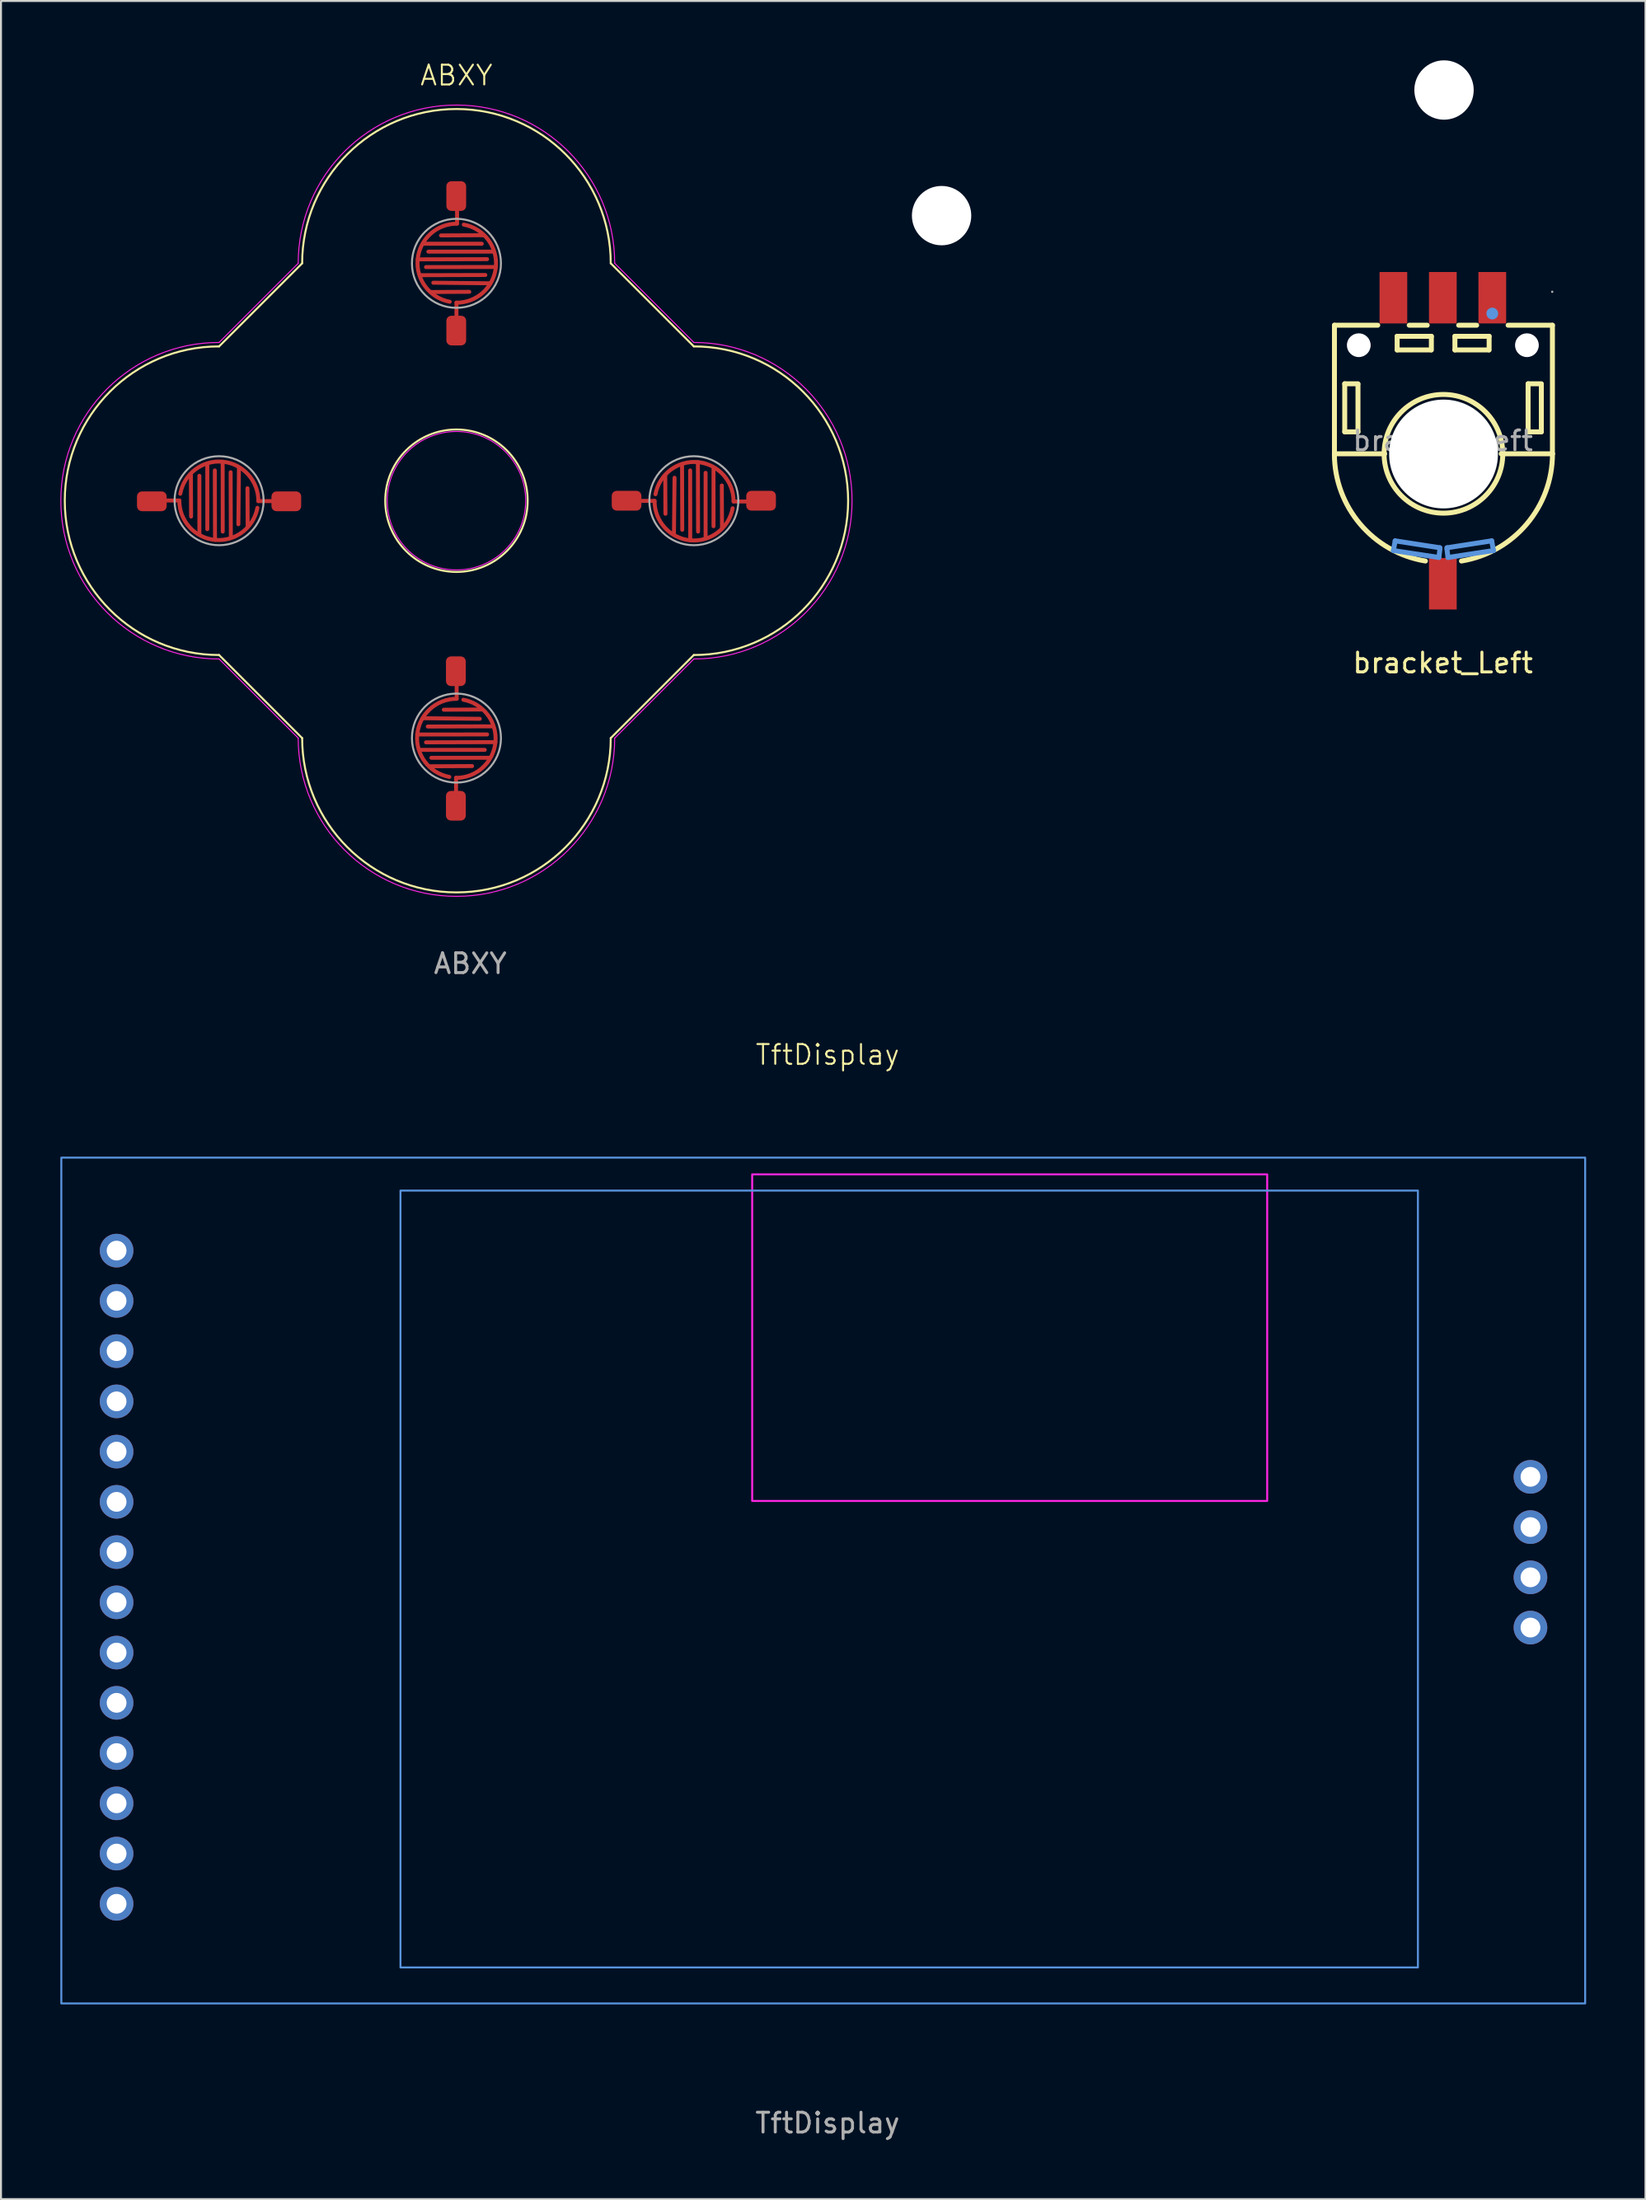
<source format=kicad_pcb>
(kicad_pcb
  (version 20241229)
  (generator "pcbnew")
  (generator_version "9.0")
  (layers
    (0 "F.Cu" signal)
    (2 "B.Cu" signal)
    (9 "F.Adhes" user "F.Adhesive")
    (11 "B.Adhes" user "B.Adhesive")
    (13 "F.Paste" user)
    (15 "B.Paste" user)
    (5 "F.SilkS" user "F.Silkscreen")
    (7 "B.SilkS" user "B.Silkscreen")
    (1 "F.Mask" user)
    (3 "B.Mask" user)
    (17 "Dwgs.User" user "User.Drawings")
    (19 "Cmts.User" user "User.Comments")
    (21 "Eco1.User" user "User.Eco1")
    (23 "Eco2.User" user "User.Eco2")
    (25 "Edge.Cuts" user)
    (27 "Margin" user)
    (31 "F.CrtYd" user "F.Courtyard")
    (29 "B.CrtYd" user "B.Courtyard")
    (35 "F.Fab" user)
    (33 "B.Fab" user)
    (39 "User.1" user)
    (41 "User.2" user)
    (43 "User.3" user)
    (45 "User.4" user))
  (footprint "ABXY"
    (layer "F.Cu")
    (at 20.025 22.261)
    (property "Reference" "ABXY" (at 0 -21.5 0) (unlocked yes) (layer "F.SilkS") (effects (font (size 1 1) (thickness 0.1))))
    (attr smd)
    (fp_line (start -14.009 -0.011) (end -14.74 -0.01) (stroke (width 0.2) (type default)) (layer "F.Cu"))
    (fp_line (start -13.425 -1.32) (end -13.415 0.8) (stroke (width 0.2) (type default)) (layer "F.Cu"))
    (fp_line (start -12.995 1.68) (end -12.995 -1.26) (stroke (width 0.2) (type default)) (layer "F.Cu"))
    (fp_line (start -12.595 -1.86) (end -12.595 1.44) (stroke (width 0.2) (type default)) (layer "F.Cu"))
    (fp_line (start -12.205 1.98) (end -12.215 -1.53) (stroke (width 0.2) (type default)) (layer "F.Cu"))
    (fp_line (start -11.819 -1.971) (end -11.815 1.56) (stroke (width 0.2) (type default)) (layer "F.Cu"))
    (fp_line (start -11.405 1.86) (end -11.415 -1.44) (stroke (width 0.2) (type default)) (layer "F.Cu"))
    (fp_line (start -10.995 -1.69) (end -11.025 1.19) (stroke (width 0.2) (type default)) (layer "F.Cu"))
    (fp_line (start -10.555 1.29) (end -10.565 -0.63) (stroke (width 0.2) (type default)) (layer "F.Cu"))
    (fp_line (start -10.015 0.02) (end -9.1 0.02) (stroke (width 0.2) (type default)) (layer "F.Cu"))
    (fp_line (start -1.981 11.819) (end 1.55 11.815) (stroke (width 0.2) (type default)) (layer "F.Cu"))
    (fp_line (start -1.96 -12.2) (end 1.55 -12.21) (stroke (width 0.2) (type default)) (layer "F.Cu"))
    (fp_line (start -1.87 12.595) (end 1.43 12.595) (stroke (width 0.2) (type default)) (layer "F.Cu"))
    (fp_line (start -1.84 -11.4) (end 1.46 -11.41) (stroke (width 0.2) (type default)) (layer "F.Cu"))
    (fp_line (start -1.7 10.995) (end 1.18 11.025) (stroke (width 0.2) (type default)) (layer "F.Cu"))
    (fp_line (start -1.66 -12.99) (end 1.28 -12.99) (stroke (width 0.2) (type default)) (layer "F.Cu"))
    (fp_line (start -1.33 13.425) (end 0.79 13.415) (stroke (width 0.2) (type default)) (layer "F.Cu"))
    (fp_line (start -1.27 -10.55) (end 0.65 -10.56) (stroke (width 0.2) (type default)) (layer "F.Cu"))
    (fp_line (start -0.02 14.005) (end -0.02 14.92) (stroke (width 0.2) (type default)) (layer "F.Cu"))
    (fp_line (start 0 -10.015) (end 0 -9.1) (stroke (width 0.2) (type default)) (layer "F.Cu"))
    (fp_line (start 0.011 10.011) (end 0.01 9.28) (stroke (width 0.2) (type default)) (layer "F.Cu"))
    (fp_line (start 0.031 -14.009) (end 0.03 -14.74) (stroke (width 0.2) (type default)) (layer "F.Cu"))
    (fp_line (start 1.28 10.555) (end -0.64 10.565) (stroke (width 0.2) (type default)) (layer "F.Cu"))
    (fp_line (start 1.34 -13.42) (end -0.78 -13.41) (stroke (width 0.2) (type default)) (layer "F.Cu"))
    (fp_line (start 1.67 12.995) (end -1.27 12.995) (stroke (width 0.2) (type default)) (layer "F.Cu"))
    (fp_line (start 1.71 -10.99) (end -1.17 -11.02) (stroke (width 0.2) (type default)) (layer "F.Cu"))
    (fp_line (start 1.85 11.405) (end -1.45 11.415) (stroke (width 0.2) (type default)) (layer "F.Cu"))
    (fp_line (start 1.88 -12.59) (end -1.42 -12.59) (stroke (width 0.2) (type default)) (layer "F.Cu"))
    (fp_line (start 1.97 12.205) (end -1.54 12.215) (stroke (width 0.2) (type default)) (layer "F.Cu"))
    (fp_line (start 1.991 -11.814) (end -1.54 -11.81) (stroke (width 0.2) (type default)) (layer "F.Cu"))
    (fp_line (start 10.015 0.01) (end 9.1 0.01) (stroke (width 0.2) (type default)) (layer "F.Cu"))
    (fp_line (start 10.555 -1.26) (end 10.565 0.66) (stroke (width 0.2) (type default)) (layer "F.Cu"))
    (fp_line (start 10.995 1.72) (end 11.025 -1.16) (stroke (width 0.2) (type default)) (layer "F.Cu"))
    (fp_line (start 11.405 -1.83) (end 11.415 1.47) (stroke (width 0.2) (type default)) (layer "F.Cu"))
    (fp_line (start 11.819 2.001) (end 11.815 -1.53) (stroke (width 0.2) (type default)) (layer "F.Cu"))
    (fp_line (start 12.205 -1.95) (end 12.215 1.56) (stroke (width 0.2) (type default)) (layer "F.Cu"))
    (fp_line (start 12.595 1.89) (end 12.595 -1.41) (stroke (width 0.2) (type default)) (layer "F.Cu"))
    (fp_line (start 12.995 -1.65) (end 12.995 1.29) (stroke (width 0.2) (type default)) (layer "F.Cu"))
    (fp_line (start 13.425 1.35) (end 13.415 -0.77) (stroke (width 0.2) (type default)) (layer "F.Cu"))
    (fp_line (start 14.009 0.041) (end 14.74 0.04) (stroke (width 0.2) (type default)) (layer "F.Cu"))
    (fp_arc (start -13.962245 -0.34971) (mid -11.819421 -1.971353) (end -10.015 0.02) (stroke (width 0.2) (type default)) (layer "F.Cu"))
    (fp_arc (start -10.062176 0.358357) (mid -12.205 1.98) (end -14.009421 -0.011353) (stroke (width 0.2) (type default)) (layer "F.Cu"))
    (fp_arc (start -0.35971 13.962245) (mid -1.981353 11.819421) (end 0.01 10.015) (stroke (width 0.2) (type default)) (layer "F.Cu"))
    (fp_arc (start -0.338357 -10.057176) (mid -1.96 -12.2) (end 0.031353 -14.004421) (stroke (width 0.2) (type default)) (layer "F.Cu"))
    (fp_arc (start 0.348357 10.062176) (mid 1.97 12.205) (end -0.021353 14.009421) (stroke (width 0.2) (type default)) (layer "F.Cu"))
    (fp_arc (start 0.36971 -13.957245) (mid 1.991353 -11.814421) (end 0 -10.01) (stroke (width 0.2) (type default)) (layer "F.Cu"))
    (fp_arc (start 10.062176 -0.328357) (mid 12.205 -1.95) (end 14.009421 0.041353) (stroke (width 0.2) (type default)) (layer "F.Cu"))
    (fp_arc (start 13.962245 0.37971) (mid 11.819421 2.001353) (end 10.015 0.01) (stroke (width 0.2) (type default)) (layer "F.Cu"))
    (fp_circle (center -12 0) (end -9.75 0) (stroke (width 0.1) (type solid)) (fill yes) (layer "F.Mask"))
    (fp_circle (center 0 -12) (end 2.25 -12) (stroke (width 0.1) (type solid)) (fill yes) (layer "F.Mask"))
    (fp_circle (center 0 12) (end 2.25 12) (stroke (width 0.1) (type solid)) (fill yes) (layer "F.Mask"))
    (fp_circle (center 12 0) (end 14.25 0) (stroke (width 0.1) (type solid)) (fill yes) (layer "F.Mask"))
    (fp_line (start -12 -7.8) (end -7.8 -12) (stroke (width 0.1) (type default)) (layer "F.SilkS"))
    (fp_line (start -7.8 12) (end -12 7.8) (stroke (width 0.1) (type default)) (layer "F.SilkS"))
    (fp_line (start 7.8 -12) (end 12 -7.8) (stroke (width 0.1) (type default)) (layer "F.SilkS"))
    (fp_line (start 12 7.8) (end 7.8 12) (stroke (width 0.1) (type default)) (layer "F.SilkS"))
    (fp_arc (start -12 7.8) (mid -19.8 0) (end -12 -7.8) (stroke (width 0.1) (type default)) (layer "F.SilkS"))
    (fp_arc (start -7.8 -12) (mid 0 -19.8) (end 7.8 -12) (stroke (width 0.1) (type default)) (layer "F.SilkS"))
    (fp_arc (start 7.8 12) (mid 0 19.8) (end -7.8 12) (stroke (width 0.1) (type default)) (layer "F.SilkS"))
    (fp_arc (start 12 -7.8) (mid 19.8 0) (end 12 7.8) (stroke (width 0.1) (type default)) (layer "F.SilkS"))
    (fp_circle (center 0 0) (end 3.6 0) (stroke (width 0.1) (type default)) (fill no) (layer "F.SilkS"))
    (fp_line (start -12 -8) (end -8 -12) (stroke (width 0.05) (type default)) (layer "F.CrtYd"))
    (fp_line (start -8 12) (end -12 8) (stroke (width 0.05) (type default)) (layer "F.CrtYd"))
    (fp_line (start 8 -12) (end 12 -8) (stroke (width 0.05) (type default)) (layer "F.CrtYd"))
    (fp_line (start 12 8) (end 8 12) (stroke (width 0.05) (type default)) (layer "F.CrtYd"))
    (fp_arc (start -12 8) (mid -20 0) (end -12 -8) (stroke (width 0.05) (type default)) (layer "F.CrtYd"))
    (fp_arc (start -8 -12) (mid 0 -20) (end 8 -12) (stroke (width 0.05) (type default)) (layer "F.CrtYd"))
    (fp_arc (start 8 12) (mid 0 20) (end -8 12) (stroke (width 0.05) (type default)) (layer "F.CrtYd"))
    (fp_arc (start 12 -8) (mid 20 0) (end 12 8) (stroke (width 0.05) (type default)) (layer "F.CrtYd"))
    (fp_circle (center 0 0) (end 3.5 0) (stroke (width 0.05) (type default)) (fill no) (layer "F.CrtYd"))
    (fp_circle (center -12 0) (end -9.75 0) (stroke (width 0.1) (type default)) (fill no) (layer "F.Fab"))
    (fp_circle (center 0 -12) (end 2.25 -12) (stroke (width 0.1) (type default)) (fill no) (layer "F.Fab"))
    (fp_circle (center 0 12) (end 2.25 12) (stroke (width 0.1) (type default)) (fill no) (layer "F.Fab"))
    (fp_circle (center 12 0) (end 14.25 0) (stroke (width 0.1) (type default)) (fill no) (layer "F.Fab"))
    (fp_text user "${REFERENCE}" (at 0.7 23.4 0) (unlocked yes) (layer "F.Fab") (effects (font (size 1 1) (thickness 0.15))))
    (pad "1" smd roundrect (at -0.03 15.42 90) (size 1.5 1) (layers "F.Cu" "F.Mask" "F.Paste") (roundrect_rratio 0.25))
    (pad "2" smd roundrect (at -15.4 0.03 180) (size 1.5 1) (layers "F.Cu" "F.Mask" "F.Paste") (roundrect_rratio 0.25))
    (pad "3" smd roundrect (at -0.01 -15.4 90) (size 1.5 1) (layers "F.Cu" "F.Mask" "F.Paste") (roundrect_rratio 0.25))
    (pad "4" smd roundrect (at 15.4 0) (size 1.5 1) (layers "F.Cu" "F.Mask" "F.Paste") (roundrect_rratio 0.25))
    (pad "C" smd roundrect (at -8.6 0.03 180) (size 1.5 1) (layers "F.Cu" "F.Mask" "F.Paste") (roundrect_rratio 0.25))
    (pad "C" smd roundrect (at -0.03 8.62 90) (size 1.5 1) (layers "F.Cu" "F.Mask" "F.Paste") (roundrect_rratio 0.25))
    (pad "C" smd roundrect (at -0.01 -8.6 90) (size 1.5 1) (layers "F.Cu" "F.Mask" "F.Paste") (roundrect_rratio 0.25))
    (pad "C" smd roundrect (at 8.6 0) (size 1.5 1) (layers "F.Cu" "F.Mask" "F.Paste") (roundrect_rratio 0.25)))
  (footprint "TftDisplay"
    (layer "F.Cu")
    (at 38.785 77.269)
    (property "Reference" "TftDisplay" (at 0 -27 0) (unlocked yes) (layer "F.SilkS") (effects (font (size 1 1) (thickness 0.1))))
    (attr through_hole)
    (fp_rect (start -38.735 -21.8) (end 38.3 20.955) (stroke (width 0.1) (type default)) (fill no) (layer "Cmts.User"))
    (fp_rect (start -21.59 -20.135) (end 29.845 19.135) (stroke (width 0.1) (type default)) (fill no) (layer "Cmts.User"))
    (fp_rect (start -3.81 -20.955) (end 22.225 -4.445) (stroke (width 0.1) (type default)) (fill no) (layer "F.CrtYd"))
    (fp_text user "${REFERENCE}" (at 0 27 0) (unlocked yes) (layer "F.Fab") (effects (font (size 1 1) (thickness 0.15))))
    (pad "1" thru_hole circle (at -35.941 -17.1) (size 1.7 1.7) (drill 1) (layers "*.Cu" "*.Mask"))
    (pad "2" thru_hole circle (at -35.941 -14.56) (size 1.7 1.7) (drill 1) (layers "*.Cu" "*.Mask"))
    (pad "3" thru_hole circle (at -35.941 -12.02) (size 1.7 1.7) (drill 1) (layers "*.Cu" "*.Mask"))
    (pad "4" thru_hole circle (at -35.941 -9.48) (size 1.7 1.7) (drill 1) (layers "*.Cu" "*.Mask"))
    (pad "5" thru_hole circle (at -35.941 -6.94) (size 1.7 1.7) (drill 1) (layers "*.Cu" "*.Mask"))
    (pad "6" thru_hole circle (at -35.941 -4.4) (size 1.7 1.7) (drill 1) (layers "*.Cu" "*.Mask"))
    (pad "7" thru_hole circle (at -35.941 -1.86) (size 1.7 1.7) (drill 1) (layers "*.Cu" "*.Mask"))
    (pad "8" thru_hole circle (at -35.941 0.68) (size 1.7 1.7) (drill 1) (layers "*.Cu" "*.Mask"))
    (pad "9" thru_hole circle (at -35.941 3.22) (size 1.7 1.7) (drill 1) (layers "*.Cu" "*.Mask"))
    (pad "10" thru_hole circle (at -35.941 5.76) (size 1.7 1.7) (drill 1) (layers "*.Cu" "*.Mask"))
    (pad "11" thru_hole circle (at -35.941 8.3) (size 1.7 1.7) (drill 1) (layers "*.Cu" "*.Mask"))
    (pad "12" thru_hole circle (at -35.941 10.84) (size 1.7 1.7) (drill 1) (layers "*.Cu" "*.Mask"))
    (pad "13" thru_hole circle (at -35.941 13.38) (size 1.7 1.7) (drill 1) (layers "*.Cu" "*.Mask"))
    (pad "14" thru_hole circle (at -35.941 15.92) (size 1.7 1.7) (drill 1) (layers "*.Cu" "*.Mask"))
    (pad "15" thru_hole circle (at 35.535 -5.664) (size 1.7 1.7) (drill 1) (layers "*.Cu" "*.Mask"))
    (pad "16" thru_hole circle (at 35.535 -3.124) (size 1.7 1.7) (drill 1) (layers "*.Cu" "*.Mask"))
    (pad "17" thru_hole circle (at 35.535 -0.584) (size 1.7 1.7) (drill 1) (layers "*.Cu" "*.Mask"))
    (pad "18" thru_hole circle (at 35.535 1.956) (size 1.7 1.7) (drill 1) (layers "*.Cu" "*.Mask")))
  (footprint "bracket_Left"
    (layer "F.Cu")
    (at 69.95 20.55)
    (property "Reference" "bracket_Left" (at -0.06 9.91 180) (layer "F.SilkS") (effects (font (size 1 1) (thickness 0.15))))
    (attr smd)
    (fp_line (start -5.54 -0.66) (end -5.54 -7.16) (stroke (width 0.25) (type solid)) (layer "F.SilkS"))
    (fp_line (start -5.02 -4.2) (end -4.35 -4.2) (stroke (width 0.25) (type solid)) (layer "F.SilkS"))
    (fp_line (start -5.02 -1.77) (end -5.02 -4.2) (stroke (width 0.25) (type solid)) (layer "F.SilkS"))
    (fp_line (start -4.35 -4.17) (end -4.35 -1.77) (stroke (width 0.25) (type solid)) (layer "F.SilkS"))
    (fp_line (start -4.35 -1.77) (end -5.02 -1.77) (stroke (width 0.25) (type solid)) (layer "F.SilkS"))
    (fp_line (start -3.35 -7.16) (end -5.54 -7.16) (stroke (width 0.25) (type solid)) (layer "F.SilkS"))
    (fp_line (start -3 -0.66) (end -5.54 -0.66) (stroke (width 0.25) (type solid)) (layer "F.SilkS"))
    (fp_line (start -2.37 -6.6) (end -0.64 -6.6) (stroke (width 0.25) (type solid)) (layer "F.SilkS"))
    (fp_line (start -2.37 -5.91) (end -2.37 -6.6) (stroke (width 0.25) (type solid)) (layer "F.SilkS"))
    (fp_line (start -0.85 -7.16) (end -1.76 -7.16) (stroke (width 0.25) (type solid)) (layer "F.SilkS"))
    (fp_line (start -0.66 -5.91) (end -2.37 -5.91) (stroke (width 0.25) (type solid)) (layer "F.SilkS"))
    (fp_line (start -0.64 -6.6) (end -0.64 -5.91) (stroke (width 0.25) (type solid)) (layer "F.SilkS"))
    (fp_line (start 0.55 -6.6) (end 2.28 -6.6) (stroke (width 0.25) (type solid)) (layer "F.SilkS"))
    (fp_line (start 0.55 -5.91) (end 0.55 -6.6) (stroke (width 0.25) (type solid)) (layer "F.SilkS"))
    (fp_line (start 1.65 -7.16) (end 0.74 -7.16) (stroke (width 0.25) (type solid)) (layer "F.SilkS"))
    (fp_line (start 2.26 -5.91) (end 0.55 -5.91) (stroke (width 0.25) (type solid)) (layer "F.SilkS"))
    (fp_line (start 2.28 -6.6) (end 2.28 -5.91) (stroke (width 0.25) (type solid)) (layer "F.SilkS"))
    (fp_line (start 4.25 -4.2) (end 4.92 -4.2) (stroke (width 0.25) (type solid)) (layer "F.SilkS"))
    (fp_line (start 4.25 -1.77) (end 4.25 -4.2) (stroke (width 0.25) (type solid)) (layer "F.SilkS"))
    (fp_line (start 4.92 -4.17) (end 4.92 -1.77) (stroke (width 0.25) (type solid)) (layer "F.SilkS"))
    (fp_line (start 4.92 -1.77) (end 4.25 -1.77) (stroke (width 0.25) (type solid)) (layer "F.SilkS"))
    (fp_line (start 5.48 -7.16) (end 3.24 -7.16) (stroke (width 0.25) (type solid)) (layer "F.SilkS"))
    (fp_line (start 5.48 -0.66) (end 2.89 -0.66) (stroke (width 0.25) (type solid)) (layer "F.SilkS"))
    (fp_line (start 5.48 -0.66) (end 5.48 -7.16) (stroke (width 0.25) (type solid)) (layer "F.SilkS"))
    (fp_arc (start -0.94 4.76) (mid -4.237479 2.894366) (end -5.542585 -0.662409) (stroke (width 0.25) (type solid)) (layer "F.SilkS"))
    (fp_arc (start 5.482585 -0.662409) (mid 4.177479 2.894366) (end 0.88 4.76) (stroke (width 0.25) (type solid)) (layer "F.SilkS"))
    (fp_circle (center -0.03 -0.66) (end -3.03 -0.66) (stroke (width 0.25) (type solid)) (fill no) (layer "F.SilkS"))
    (fp_line (start -2.56 4.23) (end -0.26 4.58) (stroke (width 0.25) (type solid)) (layer "Cmts.User"))
    (fp_line (start -2.47 3.74) (end -2.56 4.23) (stroke (width 0.25) (type solid)) (layer "Cmts.User"))
    (fp_line (start -0.26 4.58) (end -0.21 4.17) (stroke (width 0.25) (type solid)) (layer "Cmts.User"))
    (fp_line (start -0.21 4.09) (end -2.47 3.74) (stroke (width 0.25) (type solid)) (layer "Cmts.User"))
    (fp_line (start -0.21 4.14) (end -0.21 4.09) (stroke (width 0.25) (type solid)) (layer "Cmts.User"))
    (fp_line (start 0.15 4.09) (end 2.41 3.74) (stroke (width 0.25) (type solid)) (layer "Cmts.User"))
    (fp_line (start 0.15 4.14) (end 0.15 4.09) (stroke (width 0.25) (type solid)) (layer "Cmts.User"))
    (fp_line (start 0.2 4.58) (end 0.15 4.17) (stroke (width 0.25) (type solid)) (layer "Cmts.User"))
    (fp_line (start 2.41 3.74) (end 2.5 4.23) (stroke (width 0.25) (type solid)) (layer "Cmts.User"))
    (fp_line (start 2.5 4.23) (end 0.2 4.58) (stroke (width 0.25) (type solid)) (layer "Cmts.User"))
    (fp_circle (center 2.44 -7.75) (end 2.29 -7.75) (stroke (width 0.3) (type solid)) (fill no) (layer "Cmts.User"))
    (fp_circle (center 5.47 -8.85) (end 5.44 -8.85) (stroke (width 0.06) (type solid)) (fill no) (layer "F.Fab"))
    (fp_text user "${REFERENCE}" (at -0.06 -1.32 180) (layer "F.Fab") (effects (font (size 1 1) (thickness 0.15))))
    (pad "" np_thru_hole circle (at -25.4 -12.7) (size 3 3) (drill 3) (layers "*.Cu" "*.Mask"))
    (pad "" np_thru_hole circle (at -4.31 -6.15 180) (size 1.2 1.2) (drill 1.2) (layers "*.Cu" "*.Mask"))
    (pad "" np_thru_hole circle (at -0.025 -0.65) (size 5.5 5.5) (drill 5.5) (layers "*.Cu" "*.Mask"))
    (pad "" np_thru_hole circle (at 0 -19.05) (size 3 3) (drill 3) (layers "*.Cu" "*.Mask"))
    (pad "" np_thru_hole circle (at 4.19 -6.15 180) (size 1.2 1.2) (drill 1.2) (layers "*.Cu" "*.Mask"))
    (pad "1" smd rect (at 2.44 -8.55 180) (size 1.4 2.6) (layers "F.Cu" "F.Mask" "F.Paste"))
    (pad "2" smd rect (at -0.06 -8.55 180) (size 1.4 2.6) (layers "F.Cu" "F.Mask" "F.Paste"))
    (pad "2" smd rect (at -0.06 5.91 180) (size 1.4 2.6) (layers "F.Cu" "F.Mask" "F.Paste"))
    (pad "3" smd rect (at -2.56 -8.55 180) (size 1.4 2.6) (layers "F.Cu" "F.Mask" "F.Paste")))
  (gr_rect
    (start -3 -3)
    (end 80.135 108.118)
    (stroke (width 0.1) (type default))
    (fill no)
    (layer "Edge.Cuts")))
</source>
